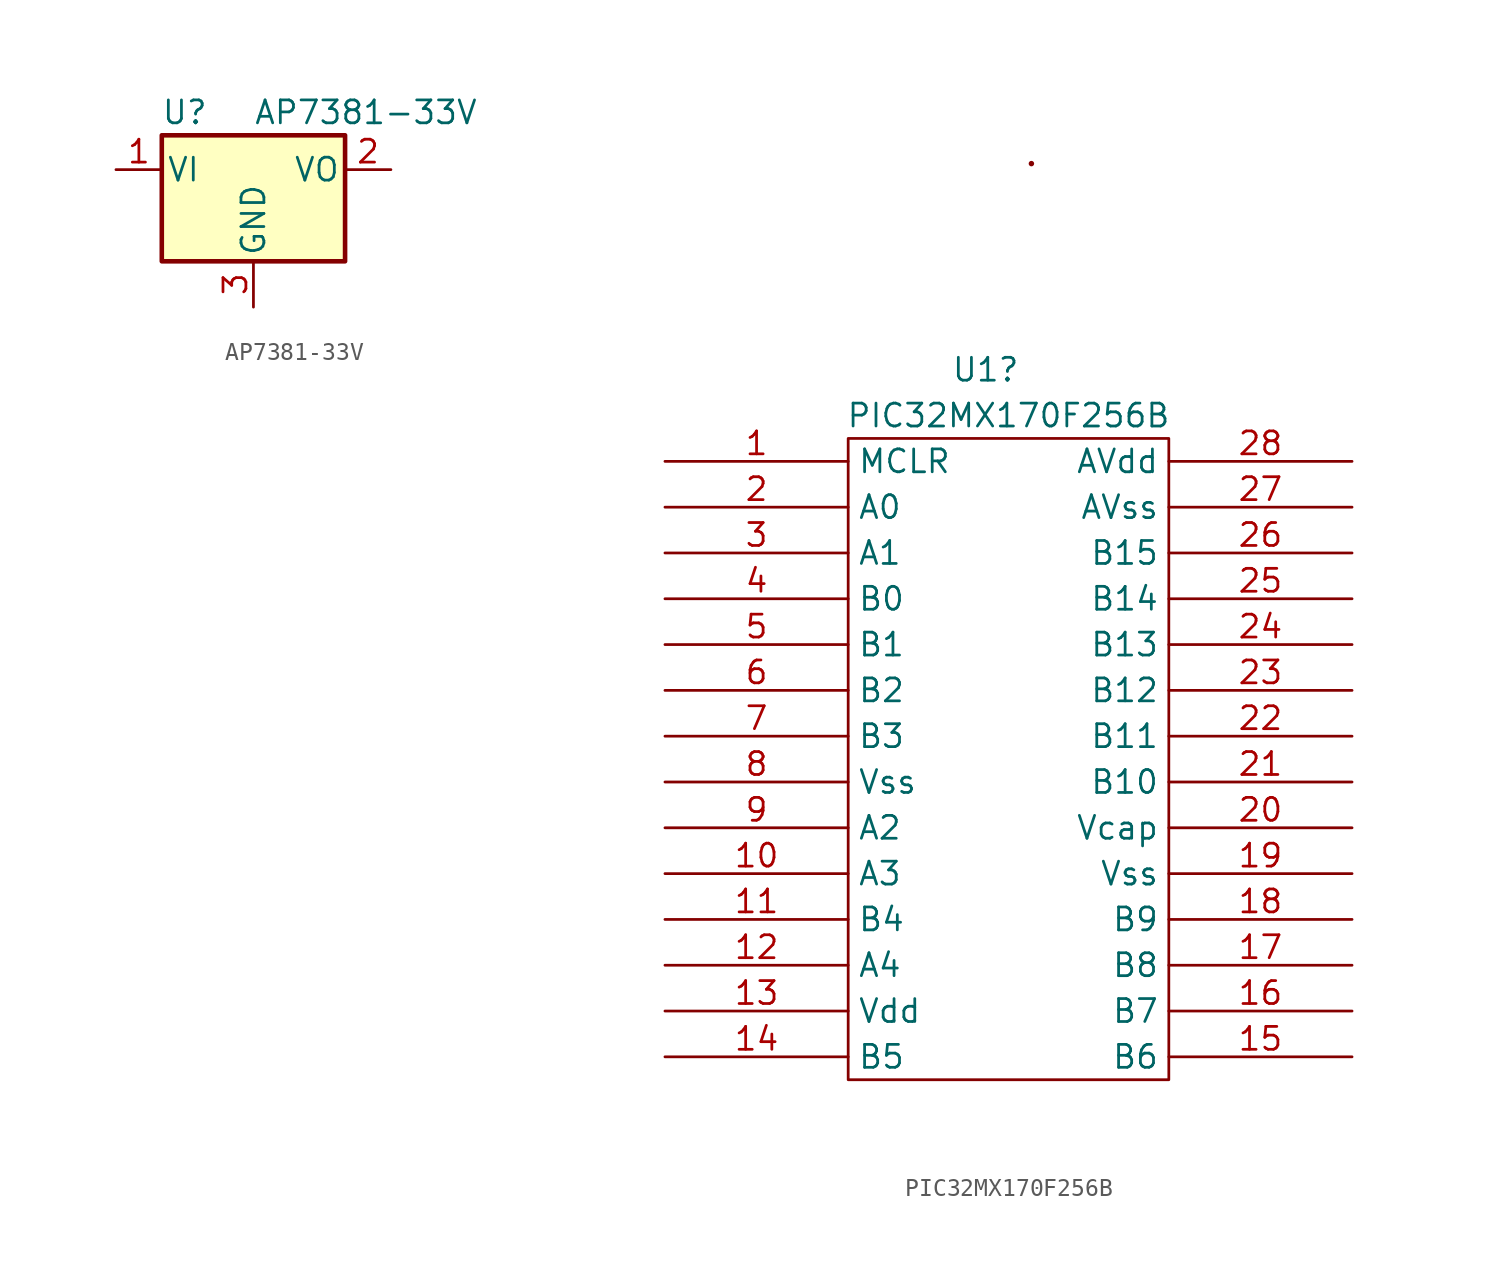
<source format=kicad_sym>
(kicad_symbol_lib
  (version 20220914)
  (generator kicad_symbol_editor)
  (symbol "AP7381-33V"
    (pin_names
      (offset 0.254))
    (property "Reference" "U"
      (at -3.81 3.175 0)
      (effects (font (size 1.27 1.27))))
    (property "Value" "AP7381-33V"
      (at 0 3.175 0)
      (effects (font (size 1.27 1.27)) (justify left)))
    (symbol "AP7381-33V_0_1"
      (rectangle (start -5.08 1.905) (end 5.08 -5.08) (stroke (width 0.254) (type default)) (fill (type background))))
    (symbol "AP7381-33V_1_1"
      (pin power_in line (at -7.62 0 0) (length 2.54) (name "VI" (effects (font (size 1.27 1.27)))) (number "1" (effects (font (size 1.27 1.27)))))
      (pin power_out line (at 7.62 0 180) (length 2.54) (name "VO" (effects (font (size 1.27 1.27)))) (number "2" (effects (font (size 1.27 1.27)))))
      (pin power_in line (at 0 -7.62 90) (length 2.54) (name "GND" (effects (font (size 1.27 1.27)))) (number "3" (effects (font (size 1.27 1.27)))))))
  (symbol "PIC32MX170F256B"
    (property "Reference" "U1"
      (at 1.27 10.16 0)
      (effects (font (size 1.27 1.27))))
    (property "Value" "PIC32MX170F256B"
      (at 2.54 7.62 0)
      (effects (font (size 1.27 1.27))))
    (symbol "PIC32MX170F256B_0_1"
      (rectangle (start -6.35 6.35) (end 11.43 -29.21) (stroke (width 0) (type default)) (fill (type none)))
      (circle (center 3.81 21.59) (radius 0.0001) (stroke (width 0) (type default)) (fill (type none))))
    (symbol "PIC32MX170F256B_1_1"
      (pin input line (at -16.51 5.08 0) (length 10.16) (name "MCLR" (effects (font (size 1.27 1.27)))) (number "1" (effects (font (size 1.27 1.27)))) (alternate "MCLR" input line))
      (pin input line (at -16.51 -17.78 0) (length 10.16) (name "A3" (effects (font (size 1.27 1.27)))) (number "10" (effects (font (size 1.27 1.27)))))
      (pin output line (at -16.51 -20.32 0) (length 10.16) (name "B4" (effects (font (size 1.27 1.27)))) (number "11" (effects (font (size 1.27 1.27)))))
      (pin input line (at -16.51 -22.86 0) (length 10.16) (name "A4" (effects (font (size 1.27 1.27)))) (number "12" (effects (font (size 1.27 1.27)))))
      (pin input line (at -16.51 -25.4 0) (length 10.16) (name "Vdd" (effects (font (size 1.27 1.27)))) (number "13" (effects (font (size 1.27 1.27)))))
      (pin output line (at -16.51 -27.94 0) (length 10.16) (name "B5" (effects (font (size 1.27 1.27)))) (number "14" (effects (font (size 1.27 1.27)))))
      (pin input line (at 21.59 -27.94 180) (length 10.16) (name "B6" (effects (font (size 1.27 1.27)))) (number "15" (effects (font (size 1.27 1.27)))))
      (pin input line (at 21.59 -25.4 180) (length 10.16) (name "B7" (effects (font (size 1.27 1.27)))) (number "16" (effects (font (size 1.27 1.27)))))
      (pin input line (at 21.59 -22.86 180) (length 10.16) (name "B8" (effects (font (size 1.27 1.27)))) (number "17" (effects (font (size 1.27 1.27)))))
      (pin input line (at 21.59 -20.32 180) (length 10.16) (name "B9" (effects (font (size 1.27 1.27)))) (number "18" (effects (font (size 1.27 1.27)))))
      (pin input line (at 21.59 -17.78 180) (length 10.16) (name "Vss" (effects (font (size 1.27 1.27)))) (number "19" (effects (font (size 1.27 1.27)))))
      (pin input line (at -16.51 2.54 0) (length 10.16) (name "A0" (effects (font (size 1.27 1.27)))) (number "2" (effects (font (size 1.27 1.27)))))
      (pin input line (at 21.59 -15.24 180) (length 10.16) (name "Vcap" (effects (font (size 1.27 1.27)))) (number "20" (effects (font (size 1.27 1.27)))))
      (pin input line (at 21.59 -12.7 180) (length 10.16) (name "B10" (effects (font (size 1.27 1.27)))) (number "21" (effects (font (size 1.27 1.27)))))
      (pin input line (at 21.59 -10.16 180) (length 10.16) (name "B11" (effects (font (size 1.27 1.27)))) (number "22" (effects (font (size 1.27 1.27)))))
      (pin input line (at 21.59 -7.62 180) (length 10.16) (name "B12" (effects (font (size 1.27 1.27)))) (number "23" (effects (font (size 1.27 1.27)))))
      (pin input line (at 21.59 -5.08 180) (length 10.16) (name "B13" (effects (font (size 1.27 1.27)))) (number "24" (effects (font (size 1.27 1.27)))))
      (pin input line (at 21.59 -2.54 180) (length 10.16) (name "B14" (effects (font (size 1.27 1.27)))) (number "25" (effects (font (size 1.27 1.27)))))
      (pin input line (at 21.59 0 180) (length 10.16) (name "B15" (effects (font (size 1.27 1.27)))) (number "26" (effects (font (size 1.27 1.27)))))
      (pin input line (at 21.59 2.54 180) (length 10.16) (name "AVss" (effects (font (size 1.27 1.27)))) (number "27" (effects (font (size 1.27 1.27)))))
      (pin input line (at 21.59 5.08 180) (length 10.16) (name "AVdd" (effects (font (size 1.27 1.27)))) (number "28" (effects (font (size 1.27 1.27)))))
      (pin input line (at -16.51 0 0) (length 10.16) (name "A1" (effects (font (size 1.27 1.27)))) (number "3" (effects (font (size 1.27 1.27)))))
      (pin input line (at -16.51 -2.54 0) (length 10.16) (name "B0" (effects (font (size 1.27 1.27)))) (number "4" (effects (font (size 1.27 1.27)))))
      (pin input line (at -16.51 -5.08 0) (length 10.16) (name "B1" (effects (font (size 1.27 1.27)))) (number "5" (effects (font (size 1.27 1.27)))))
      (pin input line (at -16.51 -7.62 0) (length 10.16) (name "B2" (effects (font (size 1.27 1.27)))) (number "6" (effects (font (size 1.27 1.27)))))
      (pin input line (at -16.51 -10.16 0) (length 10.16) (name "B3" (effects (font (size 1.27 1.27)))) (number "7" (effects (font (size 1.27 1.27)))))
      (pin input line (at -16.51 -12.7 0) (length 10.16) (name "Vss" (effects (font (size 1.27 1.27)))) (number "8" (effects (font (size 1.27 1.27)))))
      (pin input line (at -16.51 -15.24 0) (length 10.16) (name "A2" (effects (font (size 1.27 1.27)))) (number "9" (effects (font (size 1.27 1.27)))) (alternate "U1RX" input line)))))
</source>
